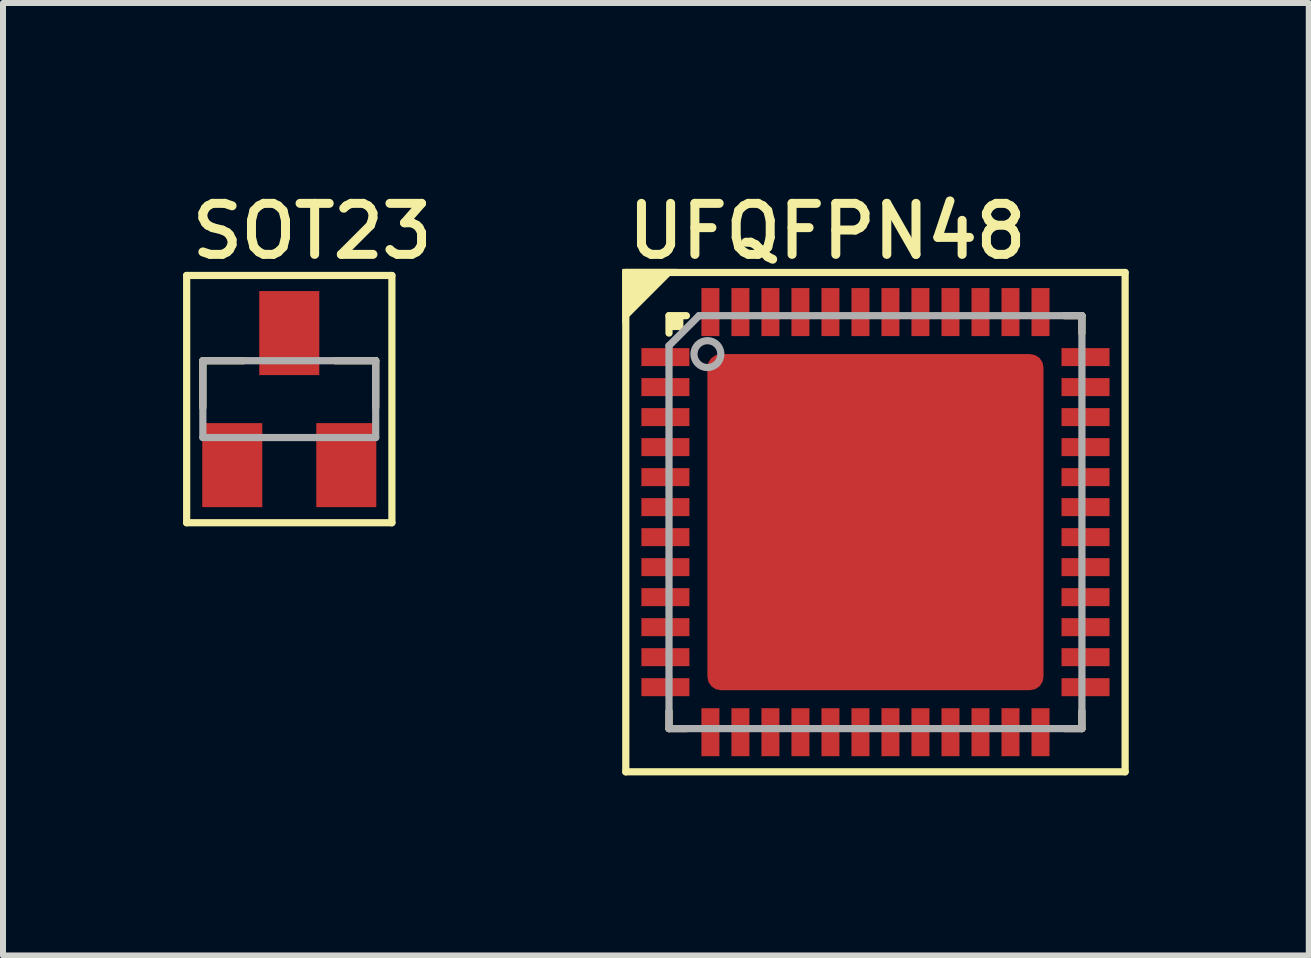
<source format=kicad_pcb>
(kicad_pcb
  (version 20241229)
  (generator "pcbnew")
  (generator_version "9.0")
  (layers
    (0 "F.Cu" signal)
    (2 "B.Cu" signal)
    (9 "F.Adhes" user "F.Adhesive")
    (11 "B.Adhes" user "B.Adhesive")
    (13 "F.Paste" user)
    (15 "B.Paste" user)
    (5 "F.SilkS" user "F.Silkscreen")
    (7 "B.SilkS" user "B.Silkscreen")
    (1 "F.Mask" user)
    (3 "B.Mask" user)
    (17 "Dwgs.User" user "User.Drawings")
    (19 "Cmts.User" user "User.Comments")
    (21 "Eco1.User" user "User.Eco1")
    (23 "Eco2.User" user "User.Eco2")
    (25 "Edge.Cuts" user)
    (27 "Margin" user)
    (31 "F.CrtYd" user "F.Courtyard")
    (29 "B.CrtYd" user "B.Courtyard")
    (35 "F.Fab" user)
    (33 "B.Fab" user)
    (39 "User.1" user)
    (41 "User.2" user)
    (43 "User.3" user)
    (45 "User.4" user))
  (footprint "SOT23"
    (layer "F.Cu")
    (at 1.77 3.6)
    (property "Reference" "SOT23" (at -1.7 -2.3 0) (layer "F.SilkS") (effects (font (size 0.85 0.85) (thickness 0.15)) (justify left bottom)))
    (fp_line (start -1.71 -2.06) (end -1.71 2.06) (stroke (width 0.12) (type solid)) (layer "F.SilkS"))
    (fp_line (start -1.71 2.06) (end 1.71 2.06) (stroke (width 0.12) (type solid)) (layer "F.SilkS"))
    (fp_line (start -1.44 -0.64) (end -1.44 0.14) (stroke (width 0.12) (type solid)) (layer "F.SilkS"))
    (fp_line (start -0.76 -0.64) (end -1.44 -0.64) (stroke (width 0.12) (type solid)) (layer "F.SilkS"))
    (fp_line (start 0.76 -0.64) (end 1.44 -0.64) (stroke (width 0.12) (type solid)) (layer "F.SilkS"))
    (fp_line (start 1.44 -0.64) (end 1.44 0.14) (stroke (width 0.12) (type solid)) (layer "F.SilkS"))
    (fp_line (start 1.71 -2.06) (end -1.71 -2.06) (stroke (width 0.12) (type solid)) (layer "F.SilkS"))
    (fp_line (start 1.71 2.06) (end 1.71 -2.06) (stroke (width 0.12) (type solid)) (layer "F.SilkS"))
    (fp_line (start -1.44 -0.64) (end -1.44 0.64) (stroke (width 0.12) (type solid)) (layer "F.Fab"))
    (fp_line (start -1.44 -0.64) (end 1.44 -0.64) (stroke (width 0.12) (type solid)) (layer "F.Fab"))
    (fp_line (start -1.44 0.64) (end 1.44 0.64) (stroke (width 0.12) (type solid)) (layer "F.Fab"))
    (fp_line (start 1.44 -0.64) (end 1.44 0.64) (stroke (width 0.12) (type solid)) (layer "F.Fab"))
    (pad "1" smd rect (at -0.95 1.1) (size 1 1.4) (layers "F.Cu" "F.Mask" "F.Paste"))
    (pad "2" smd rect (at 0.95 1.1) (size 1 1.4) (layers "F.Cu" "F.Mask" "F.Paste"))
    (pad "3" smd rect (at 0 -1.1) (size 1 1.4) (layers "F.Cu" "F.Mask" "F.Paste")))
  (footprint "UFQFPN48"
    (layer "F.Cu")
    (at 11.537 5.65)
    (property "Reference" "UFQFPN48" (at -4.2 -4.35 0) (layer "F.SilkS") (effects (font (size 0.85 0.85) (thickness 0.15)) (justify left bottom)))
    (fp_line (start -4.16 -4.16) (end 4.16 -4.16) (stroke (width 0.12) (type solid)) (layer "F.SilkS"))
    (fp_line (start -4.16 4.16) (end -4.16 -4.16) (stroke (width 0.12) (type solid)) (layer "F.SilkS"))
    (fp_line (start -3.44 -3.44) (end -3.15 -3.44) (stroke (width 0.12) (type solid)) (layer "F.SilkS"))
    (fp_line (start -3.44 -3.15) (end -3.44 -3.44) (stroke (width 0.12) (type solid)) (layer "F.SilkS"))
    (fp_line (start -3.44 3.44) (end -3.44 3.15) (stroke (width 0.12) (type solid)) (layer "F.SilkS"))
    (fp_line (start -3.15 3.44) (end -3.44 3.44) (stroke (width 0.12) (type solid)) (layer "F.SilkS"))
    (fp_line (start 3.15 -3.44) (end 3.44 -3.44) (stroke (width 0.12) (type solid)) (layer "F.SilkS"))
    (fp_line (start 3.44 -3.44) (end 3.44 -3.15) (stroke (width 0.12) (type solid)) (layer "F.SilkS"))
    (fp_line (start 3.44 3.15) (end 3.44 3.44) (stroke (width 0.12) (type solid)) (layer "F.SilkS"))
    (fp_line (start 3.44 3.44) (end 3.15 3.44) (stroke (width 0.12) (type solid)) (layer "F.SilkS"))
    (fp_line (start 4.16 -4.16) (end 4.16 4.16) (stroke (width 0.12) (type solid)) (layer "F.SilkS"))
    (fp_line (start 4.16 4.16) (end -4.16 4.16) (stroke (width 0.12) (type solid)) (layer "F.SilkS"))
    (fp_poly (pts (xy -4.22 -3.305) (xy -4.22 -4.22) (xy -3.305 -4.22)) (stroke (width 0) (type solid)) (fill yes) (layer "F.SilkS"))
    (fp_poly (pts (xy -3.45 -3.2) (xy -3.2 -3.2) (xy -3.2 -3.45) (xy -3.45 -3.45)) (stroke (width 0) (type solid)) (fill yes) (layer "F.SilkS"))
    (fp_line (start -3.44 -2.94) (end -2.94 -3.44) (stroke (width 0.12) (type solid)) (layer "F.Fab"))
    (fp_line (start -3.44 3.44) (end -3.44 -2.94) (stroke (width 0.12) (type solid)) (layer "F.Fab"))
    (fp_line (start -2.94 -3.44) (end 3.44 -3.44) (stroke (width 0.12) (type solid)) (layer "F.Fab"))
    (fp_line (start 3.44 -3.44) (end 3.44 3.44) (stroke (width 0.12) (type solid)) (layer "F.Fab"))
    (fp_line (start 3.44 3.44) (end -3.44 3.44) (stroke (width 0.12) (type solid)) (layer "F.Fab"))
    (fp_circle (center -2.8 -2.8) (end -2.576 -2.8) (stroke (width 0.12) (type solid)) (fill no) (layer "F.Fab"))
    (pad "1" smd rect (at -3.5 -2.75 180) (size 0.8 0.3) (layers "F.Cu" "F.Mask" "F.Paste"))
    (pad "2" smd rect (at -3.5 -2.25 180) (size 0.8 0.3) (layers "F.Cu" "F.Mask" "F.Paste"))
    (pad "3" smd rect (at -3.5 -1.75 180) (size 0.8 0.3) (layers "F.Cu" "F.Mask" "F.Paste"))
    (pad "4" smd rect (at -3.5 -1.25 180) (size 0.8 0.3) (layers "F.Cu" "F.Mask" "F.Paste"))
    (pad "5" smd rect (at -3.5 -0.75 180) (size 0.8 0.3) (layers "F.Cu" "F.Mask" "F.Paste"))
    (pad "6" smd rect (at -3.5 -0.25 180) (size 0.8 0.3) (layers "F.Cu" "F.Mask" "F.Paste"))
    (pad "7" smd rect (at -3.5 0.25 180) (size 0.8 0.3) (layers "F.Cu" "F.Mask" "F.Paste"))
    (pad "8" smd rect (at -3.5 0.75 180) (size 0.8 0.3) (layers "F.Cu" "F.Mask" "F.Paste"))
    (pad "9" smd rect (at -3.5 1.25 180) (size 0.8 0.3) (layers "F.Cu" "F.Mask" "F.Paste"))
    (pad "10" smd rect (at -3.5 1.75 180) (size 0.8 0.3) (layers "F.Cu" "F.Mask" "F.Paste"))
    (pad "11" smd rect (at -3.5 2.25 180) (size 0.8 0.3) (layers "F.Cu" "F.Mask" "F.Paste"))
    (pad "12" smd rect (at -3.5 2.75 180) (size 0.8 0.3) (layers "F.Cu" "F.Mask" "F.Paste"))
    (pad "13" smd rect (at -2.75 3.5 270) (size 0.8 0.3) (layers "F.Cu" "F.Mask" "F.Paste"))
    (pad "14" smd rect (at -2.25 3.5 270) (size 0.8 0.3) (layers "F.Cu" "F.Mask" "F.Paste"))
    (pad "15" smd rect (at -1.75 3.5 270) (size 0.8 0.3) (layers "F.Cu" "F.Mask" "F.Paste"))
    (pad "16" smd rect (at -1.25 3.5 270) (size 0.8 0.3) (layers "F.Cu" "F.Mask" "F.Paste"))
    (pad "17" smd rect (at -0.75 3.5 270) (size 0.8 0.3) (layers "F.Cu" "F.Mask" "F.Paste"))
    (pad "18" smd rect (at -0.25 3.5 270) (size 0.8 0.3) (layers "F.Cu" "F.Mask" "F.Paste"))
    (pad "19" smd rect (at 0.25 3.5 270) (size 0.8 0.3) (layers "F.Cu" "F.Mask" "F.Paste"))
    (pad "20" smd rect (at 0.75 3.5 270) (size 0.8 0.3) (layers "F.Cu" "F.Mask" "F.Paste"))
    (pad "21" smd rect (at 1.25 3.5 270) (size 0.8 0.3) (layers "F.Cu" "F.Mask" "F.Paste"))
    (pad "22" smd rect (at 1.75 3.5 270) (size 0.8 0.3) (layers "F.Cu" "F.Mask" "F.Paste"))
    (pad "23" smd rect (at 2.25 3.5 270) (size 0.8 0.3) (layers "F.Cu" "F.Mask" "F.Paste"))
    (pad "24" smd rect (at 2.75 3.5 270) (size 0.8 0.3) (layers "F.Cu" "F.Mask" "F.Paste"))
    (pad "25" smd rect (at 3.5 2.75) (size 0.8 0.3) (layers "F.Cu" "F.Mask" "F.Paste"))
    (pad "26" smd rect (at 3.5 2.25) (size 0.8 0.3) (layers "F.Cu" "F.Mask" "F.Paste"))
    (pad "27" smd rect (at 3.5 1.75) (size 0.8 0.3) (layers "F.Cu" "F.Mask" "F.Paste"))
    (pad "28" smd rect (at 3.5 1.25) (size 0.8 0.3) (layers "F.Cu" "F.Mask" "F.Paste"))
    (pad "29" smd rect (at 3.5 0.75) (size 0.8 0.3) (layers "F.Cu" "F.Mask" "F.Paste"))
    (pad "30" smd rect (at 3.5 0.25) (size 0.8 0.3) (layers "F.Cu" "F.Mask" "F.Paste"))
    (pad "31" smd rect (at 3.5 -0.25) (size 0.8 0.3) (layers "F.Cu" "F.Mask" "F.Paste"))
    (pad "32" smd rect (at 3.5 -0.75) (size 0.8 0.3) (layers "F.Cu" "F.Mask" "F.Paste"))
    (pad "33" smd rect (at 3.5 -1.25) (size 0.8 0.3) (layers "F.Cu" "F.Mask" "F.Paste"))
    (pad "34" smd rect (at 3.5 -1.75) (size 0.8 0.3) (layers "F.Cu" "F.Mask" "F.Paste"))
    (pad "35" smd rect (at 3.5 -2.25) (size 0.8 0.3) (layers "F.Cu" "F.Mask" "F.Paste"))
    (pad "36" smd rect (at 3.5 -2.75) (size 0.8 0.3) (layers "F.Cu" "F.Mask" "F.Paste"))
    (pad "37" smd rect (at 2.75 -3.5 90) (size 0.8 0.3) (layers "F.Cu" "F.Mask" "F.Paste"))
    (pad "38" smd rect (at 2.25 -3.5 90) (size 0.8 0.3) (layers "F.Cu" "F.Mask" "F.Paste"))
    (pad "39" smd rect (at 1.75 -3.5 90) (size 0.8 0.3) (layers "F.Cu" "F.Mask" "F.Paste"))
    (pad "40" smd rect (at 1.25 -3.5 90) (size 0.8 0.3) (layers "F.Cu" "F.Mask" "F.Paste"))
    (pad "41" smd rect (at 0.75 -3.5 90) (size 0.8 0.3) (layers "F.Cu" "F.Mask" "F.Paste"))
    (pad "42" smd rect (at 0.25 -3.5 90) (size 0.8 0.3) (layers "F.Cu" "F.Mask" "F.Paste"))
    (pad "43" smd rect (at -0.25 -3.5 90) (size 0.8 0.3) (layers "F.Cu" "F.Mask" "F.Paste"))
    (pad "44" smd rect (at -0.75 -3.5 90) (size 0.8 0.3) (layers "F.Cu" "F.Mask" "F.Paste"))
    (pad "45" smd rect (at -1.25 -3.5 90) (size 0.8 0.3) (layers "F.Cu" "F.Mask" "F.Paste"))
    (pad "46" smd rect (at -1.75 -3.5 90) (size 0.8 0.3) (layers "F.Cu" "F.Mask" "F.Paste"))
    (pad "47" smd rect (at -2.25 -3.5 90) (size 0.8 0.3) (layers "F.Cu" "F.Mask" "F.Paste"))
    (pad "48" smd rect (at -2.75 -3.5 90) (size 0.8 0.3) (layers "F.Cu" "F.Mask" "F.Paste"))
    (pad "49" smd roundrect (at 0 0) (size 5.6 5.6) (layers "F.Cu" "F.Mask" "F.Paste") (roundrect_rratio 0.04)))
  (gr_rect
    (start -3 -3)
    (end 18.757 12.87)
    (stroke (width 0.1) (type default))
    (fill no)
    (layer "Edge.Cuts")))
</source>
